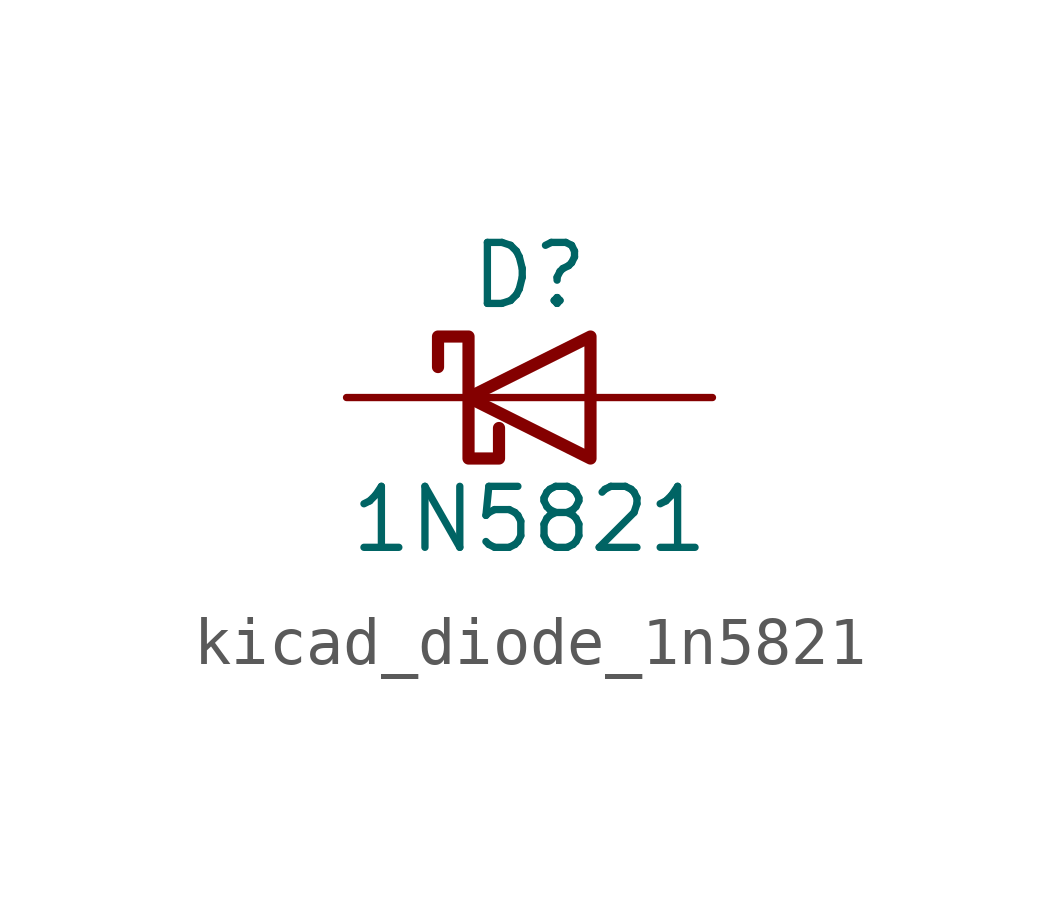
<source format=kicad_sym>
(kicad_symbol_lib
  (version 20220914)
  (generator kicad_symbol_editor)
  (symbol "kicad_diode_1n5821"
    (pin_numbers hide)
    (pin_names
      (offset 1.016) hide)
    (property "Reference" "D"
      (at 0 2.54 0)
      (effects (font (size 1.27 1.27))))
    (property "Value" "1N5821"
      (at 0 -2.54 0)
      (effects (font (size 1.27 1.27))))
    (symbol "kicad_diode_1n5821_0_1"
      (polyline (pts (xy 1.27 0) (xy -1.27 0)) (stroke (width 0) (type default)) (fill (type none)))
      (polyline (pts (xy 1.27 1.27) (xy 1.27 -1.27) (xy -1.27 0) (xy 1.27 1.27)) (stroke (width 0.254) (type default)) (fill (type none)))
      (polyline (pts (xy -1.905 0.635) (xy -1.905 1.27) (xy -1.27 1.27) (xy -1.27 -1.27) (xy -0.635 -1.27) (xy -0.635 -0.635)) (stroke (width 0.254) (type default)) (fill (type none))))
    (symbol "kicad_diode_1n5821_1_1"
      (pin passive line (at -3.81 0 0) (length 2.54) (name "K" (effects (font (size 1.27 1.27)))) (number "1" (effects (font (size 1.27 1.27)))))
      (pin passive line (at 3.81 0 180) (length 2.54) (name "A" (effects (font (size 1.27 1.27)))) (number "2" (effects (font (size 1.27 1.27))))))))
</source>
